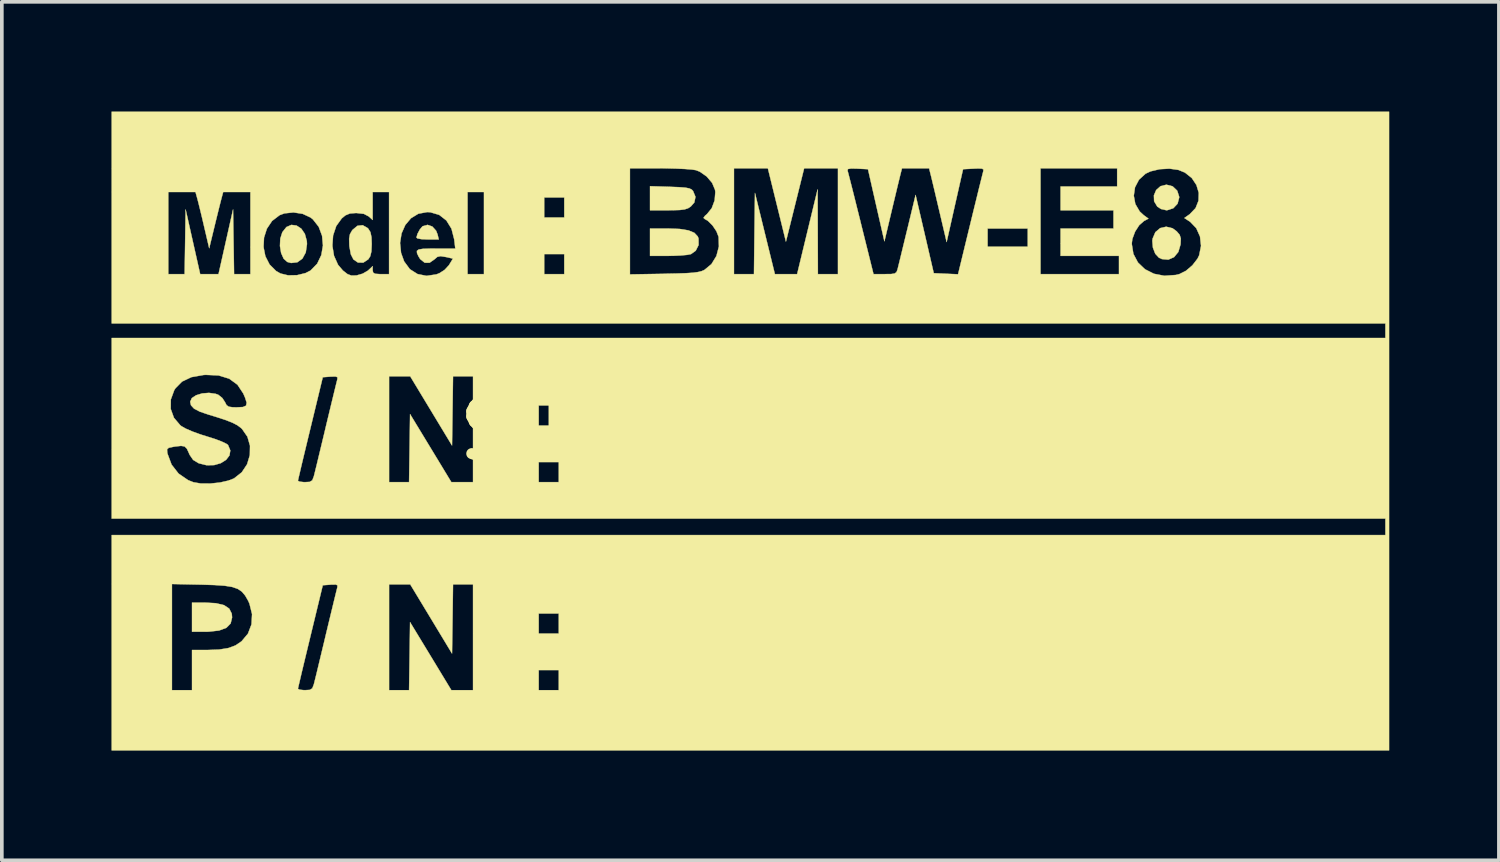
<source format=kicad_pcb>
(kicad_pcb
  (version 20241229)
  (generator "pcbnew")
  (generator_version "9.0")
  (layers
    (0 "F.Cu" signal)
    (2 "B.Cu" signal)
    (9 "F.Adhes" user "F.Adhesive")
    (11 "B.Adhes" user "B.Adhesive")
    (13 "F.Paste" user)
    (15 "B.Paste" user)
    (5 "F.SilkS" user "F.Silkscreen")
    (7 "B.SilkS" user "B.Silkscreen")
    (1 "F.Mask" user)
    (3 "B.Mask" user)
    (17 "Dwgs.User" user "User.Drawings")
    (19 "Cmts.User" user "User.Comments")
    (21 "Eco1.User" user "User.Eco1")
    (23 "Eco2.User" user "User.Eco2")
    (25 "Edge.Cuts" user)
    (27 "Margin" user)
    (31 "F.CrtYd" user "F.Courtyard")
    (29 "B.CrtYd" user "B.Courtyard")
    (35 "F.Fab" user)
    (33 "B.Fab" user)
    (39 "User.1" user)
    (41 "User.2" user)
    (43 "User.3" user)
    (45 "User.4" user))
  (footprint "SILK_BMW-E8"
    (layer "F.Cu")
    (at 17.471 8.738)
    (property "Reference" "SILK_BMW-E8" (at 0 0 0) (layer "F.SilkS") (effects (font (size 1.524 1.524) (thickness 0.3))))
    (attr through_hole)
    (fp_poly (pts (xy -14.618 4.708) (xy -14.395 4.761) (xy -14.253 4.856) (xy -14.183 4.994) (xy -14.174 5.099) (xy -14.214 5.263) (xy -14.331 5.381) (xy -14.53 5.455) (xy -14.815 5.487) (xy -14.924 5.489) (xy -15.27 5.489) (xy -15.27 4.691) (xy -14.928 4.691) (xy -14.618 4.708)) (stroke (width 0.01) (type solid)) (fill yes) (layer "F.SilkS"))
    (fp_poly (pts (xy -8.698 -5.593) (xy -8.595 -5.479) (xy -8.555 -5.377) (xy -8.522 -5.24) (xy -8.827 -5.24) (xy -9.001 -5.248) (xy -9.108 -5.27) (xy -9.132 -5.293) (xy -9.103 -5.394) (xy -9.038 -5.515) (xy -8.966 -5.599) (xy -8.962 -5.601) (xy -8.829 -5.639) (xy -8.698 -5.593)) (stroke (width 0.01) (type solid)) (fill yes) (layer "F.SilkS"))
    (fp_poly (pts (xy -1.938 -5.527) (xy -1.695 -5.488) (xy -1.532 -5.421) (xy -1.439 -5.321) (xy -1.418 -5.264) (xy -1.417 -5.087) (xy -1.494 -4.933) (xy -1.624 -4.839) (xy -1.729 -4.818) (xy -1.904 -4.802) (xy -2.121 -4.792) (xy -2.249 -4.791) (xy -2.745 -4.791) (xy -2.745 -5.539) (xy -2.269 -5.539) (xy -1.938 -5.527)) (stroke (width 0.01) (type solid)) (fill yes) (layer "F.SilkS"))
    (fp_poly (pts (xy 11.548 -6.692) (xy 11.672 -6.574) (xy 11.726 -6.408) (xy 11.727 -6.387) (xy 11.682 -6.217) (xy 11.565 -6.093) (xy 11.398 -6.039) (xy 11.378 -6.038) (xy 11.231 -6.072) (xy 11.128 -6.138) (xy 11.041 -6.284) (xy 11.035 -6.444) (xy 11.097 -6.591) (xy 11.217 -6.697) (xy 11.378 -6.737) (xy 11.548 -6.692)) (stroke (width 0.01) (type solid)) (fill yes) (layer "F.SilkS"))
    (fp_poly (pts (xy -2.192 -6.679) (xy -1.943 -6.669) (xy -1.776 -6.656) (xy -1.669 -6.635) (xy -1.605 -6.604) (xy -1.568 -6.565) (xy -1.502 -6.405) (xy -1.533 -6.251) (xy -1.629 -6.142) (xy -1.704 -6.093) (xy -1.797 -6.062) (xy -1.93 -6.045) (xy -2.127 -6.039) (xy -2.252 -6.038) (xy -2.745 -6.038) (xy -2.745 -6.696) (xy -2.192 -6.679)) (stroke (width 0.01) (type solid)) (fill yes) (layer "F.SilkS"))
    (fp_poly (pts (xy -12.412 -5.62) (xy -12.283 -5.536) (xy -12.184 -5.392) (xy -12.131 -5.198) (xy -12.126 -5.115) (xy -12.159 -4.886) (xy -12.251 -4.716) (xy -12.389 -4.616) (xy -12.56 -4.596) (xy -12.664 -4.624) (xy -12.764 -4.714) (xy -12.833 -4.869) (xy -12.865 -5.062) (xy -12.856 -5.261) (xy -12.8 -5.438) (xy -12.687 -5.58) (xy -12.552 -5.638) (xy -12.412 -5.62)) (stroke (width 0.01) (type solid)) (fill yes) (layer "F.SilkS"))
    (fp_poly (pts (xy 11.544 -5.546) (xy 11.66 -5.46) (xy 11.74 -5.365) (xy 11.771 -5.265) (xy 11.765 -5.116) (xy 11.763 -5.101) (xy 11.703 -4.898) (xy 11.586 -4.756) (xy 11.43 -4.688) (xy 11.254 -4.703) (xy 11.172 -4.741) (xy 11.072 -4.849) (xy 11.008 -5.016) (xy 10.992 -5.203) (xy 11 -5.262) (xy 11.075 -5.439) (xy 11.207 -5.55) (xy 11.371 -5.588) (xy 11.544 -5.546)) (stroke (width 0.01) (type solid)) (fill yes) (layer "F.SilkS"))
    (fp_poly (pts (xy -10.465 -5.55) (xy -10.45 -5.534) (xy -10.391 -5.439) (xy -10.362 -5.301) (xy -10.355 -5.115) (xy -10.364 -4.913) (xy -10.396 -4.78) (xy -10.45 -4.696) (xy -10.586 -4.606) (xy -10.733 -4.609) (xy -10.855 -4.693) (xy -10.926 -4.832) (xy -10.966 -5.051) (xy -10.968 -5.079) (xy -10.973 -5.26) (xy -10.951 -5.382) (xy -10.894 -5.483) (xy -10.88 -5.502) (xy -10.746 -5.613) (xy -10.602 -5.629) (xy -10.465 -5.55)) (stroke (width 0.01) (type solid)) (fill yes) (layer "F.SilkS"))
    (fp_poly (pts (xy 17.466 8.733) (xy -17.466 8.733) (xy -17.466 7.086) (xy -15.819 7.086) (xy -15.27 7.086) (xy -15.27 7.049) (xy -12.373 7.049) (xy -12.331 7.072) (xy -12.221 7.085) (xy -12.178 7.086) (xy -12.048 7.078) (xy -11.981 7.037) (xy -11.94 6.933) (xy -11.931 6.899) (xy -11.906 6.798) (xy -11.861 6.616) (xy -11.802 6.37) (xy -11.731 6.075) (xy -11.652 5.747) (xy -11.603 5.539) (xy -11.523 5.207) (xy -11.45 4.904) (xy -11.387 4.644) (xy -11.338 4.443) (xy -11.306 4.314) (xy -11.296 4.276) (xy -11.292 4.22) (xy -11.339 4.198) (xy -11.459 4.2) (xy -11.481 4.201) (xy -11.694 4.217) (xy -12.032 5.614) (xy -12.119 5.973) (xy -12.198 6.301) (xy -12.266 6.584) (xy -12.319 6.811) (xy -12.356 6.968) (xy -12.373 7.044) (xy -12.373 7.049) (xy -15.27 7.049) (xy -15.27 5.988) (xy -14.858 5.988) (xy -14.532 5.976) (xy -14.281 5.936) (xy -14.084 5.864) (xy -13.918 5.752) (xy -13.917 5.752) (xy -13.74 5.541) (xy -13.643 5.286) (xy -13.628 5.006) (xy -13.699 4.72) (xy -13.735 4.64) (xy -13.816 4.499) (xy -13.906 4.392) (xy -14.019 4.316) (xy -14.172 4.263) (xy -14.38 4.23) (xy -14.657 4.211) (xy -15.008 4.2) (xy -15.404 4.192) (xy -9.881 4.192) (xy -9.881 7.086) (xy -9.334 7.086) (xy -9.32 6.156) (xy -9.307 5.226) (xy -8.742 6.156) (xy -8.178 7.086) (xy -7.585 7.086) (xy -7.585 6.537) (xy -5.789 6.537) (xy -5.789 7.086) (xy -5.24 7.086) (xy -5.24 6.537) (xy -5.789 6.537) (xy -7.585 6.537) (xy -7.585 4.99) (xy -5.789 4.99) (xy -5.789 5.539) (xy -5.24 5.539) (xy -5.24 4.99) (xy -5.789 4.99) (xy -7.585 4.99) (xy -7.585 4.192) (xy -8.132 4.192) (xy -8.145 5.138) (xy -8.159 6.085) (xy -8.731 5.138) (xy -9.303 4.192) (xy -9.881 4.192) (xy -15.404 4.192) (xy -15.819 4.183) (xy -15.819 7.086) (xy -17.466 7.086) (xy -17.466 2.844) (xy 17.366 2.844) (xy 17.366 2.395) (xy -17.466 2.395) (xy -17.466 0.5) (xy -15.952 0.5) (xy -15.947 0.585) (xy -15.941 0.618) (xy -15.829 0.918) (xy -15.638 1.163) (xy -15.378 1.342) (xy -15.232 1.4) (xy -15.028 1.435) (xy -14.772 1.436) (xy -14.503 1.407) (xy -14.297 1.36) (xy -12.373 1.36) (xy -12.331 1.383) (xy -12.221 1.396) (xy -12.178 1.397) (xy -12.048 1.39) (xy -11.981 1.348) (xy -11.94 1.244) (xy -11.931 1.21) (xy -11.906 1.109) (xy -11.861 0.927) (xy -11.802 0.681) (xy -11.731 0.386) (xy -11.652 0.058) (xy -11.603 -0.15) (xy -11.523 -0.482) (xy -11.45 -0.785) (xy -11.387 -1.045) (xy -11.338 -1.246) (xy -11.306 -1.375) (xy -11.296 -1.413) (xy -11.292 -1.469) (xy -11.339 -1.491) (xy -11.459 -1.489) (xy -11.481 -1.488) (xy -11.694 -1.472) (xy -12.032 -0.075) (xy -12.119 0.284) (xy -12.198 0.612) (xy -12.266 0.895) (xy -12.319 1.122) (xy -12.356 1.279) (xy -12.373 1.355) (xy -12.373 1.36) (xy -14.297 1.36) (xy -14.261 1.352) (xy -14.119 1.294) (xy -13.909 1.128) (xy -13.764 0.909) (xy -13.689 0.66) (xy -13.684 0.401) (xy -13.755 0.154) (xy -13.903 -0.059) (xy -13.929 -0.083) (xy -14.03 -0.159) (xy -14.17 -0.231) (xy -14.365 -0.307) (xy -14.633 -0.394) (xy -14.805 -0.445) (xy -15.053 -0.529) (xy -15.213 -0.612) (xy -15.298 -0.705) (xy -15.32 -0.801) (xy -15.275 -0.901) (xy -15.157 -0.979) (xy -14.992 -1.029) (xy -14.806 -1.044) (xy -14.624 -1.018) (xy -14.552 -0.992) (xy -14.442 -0.904) (xy -14.369 -0.792) (xy -14.326 -0.709) (xy -14.265 -0.666) (xy -14.157 -0.65) (xy -14.041 -0.649) (xy -13.878 -0.657) (xy -13.792 -0.694) (xy -13.775 -0.775) (xy -13.82 -0.917) (xy -13.868 -1.027) (xy -14.026 -1.266) (xy -14.251 -1.431) (xy -14.464 -1.497) (xy -9.881 -1.497) (xy -9.881 1.397) (xy -9.334 1.397) (xy -9.32 0.467) (xy -9.307 -0.463) (xy -8.742 0.467) (xy -8.178 1.397) (xy -7.585 1.397) (xy -7.585 0.848) (xy -5.789 0.848) (xy -5.789 1.397) (xy -5.24 1.397) (xy -5.24 0.848) (xy -5.789 0.848) (xy -7.585 0.848) (xy -7.585 -0.699) (xy -5.789 -0.699) (xy -5.789 -0.15) (xy -5.24 -0.15) (xy -5.24 -0.699) (xy -5.789 -0.699) (xy -7.585 -0.699) (xy -7.585 -1.497) (xy -8.132 -1.497) (xy -8.159 0.396) (xy -9.303 -1.497) (xy -9.881 -1.497) (xy -14.464 -1.497) (xy -14.542 -1.521) (xy -14.899 -1.537) (xy -14.956 -1.533) (xy -15.288 -1.474) (xy -15.544 -1.352) (xy -15.726 -1.166) (xy -15.756 -1.118) (xy -15.85 -0.862) (xy -15.852 -0.604) (xy -15.765 -0.363) (xy -15.592 -0.159) (xy -15.562 -0.135) (xy -15.441 -0.066) (xy -15.253 0.015) (xy -15.025 0.097) (xy -14.871 0.145) (xy -14.646 0.216) (xy -14.458 0.287) (xy -14.329 0.349) (xy -14.285 0.382) (xy -14.223 0.53) (xy -14.246 0.668) (xy -14.338 0.787) (xy -14.482 0.878) (xy -14.665 0.931) (xy -14.869 0.935) (xy -15.079 0.883) (xy -15.088 0.88) (xy -15.239 0.789) (xy -15.335 0.649) (xy -15.356 0.6) (xy -15.41 0.483) (xy -15.472 0.421) (xy -15.57 0.405) (xy -15.732 0.423) (xy -15.784 0.432) (xy -15.906 0.458) (xy -15.952 0.5) (xy -17.466 0.5) (xy -17.466 -2.545) (xy 17.366 -2.545) (xy 17.366 -2.944) (xy -17.466 -2.944) (xy -17.466 -6.537) (xy -15.919 -6.537) (xy -15.919 -4.292) (xy -15.472 -4.292) (xy -15.458 -5.177) (xy -15.445 -6.063) (xy -15.246 -5.177) (xy -15.047 -4.292) (xy -14.545 -4.292) (xy -14.346 -5.177) (xy -14.147 -6.063) (xy -14.134 -5.177) (xy -14.12 -4.292) (xy -13.673 -4.292) (xy -13.673 -5.032) (xy -13.314 -5.032) (xy -13.264 -4.78) (xy -13.149 -4.555) (xy -12.971 -4.377) (xy -12.852 -4.309) (xy -12.642 -4.258) (xy -12.397 -4.263) (xy -12.164 -4.32) (xy -12.028 -4.39) (xy -11.847 -4.576) (xy -11.734 -4.812) (xy -11.69 -5.069) (xy -11.432 -5.069) (xy -11.387 -4.793) (xy -11.277 -4.547) (xy -11.144 -4.39) (xy -11.017 -4.291) (xy -10.911 -4.252) (xy -10.78 -4.255) (xy -10.766 -4.257) (xy -10.603 -4.304) (xy -10.464 -4.384) (xy -10.45 -4.396) (xy -10.33 -4.509) (xy -10.33 -4.4) (xy -10.317 -4.333) (xy -10.263 -4.301) (xy -10.14 -4.292) (xy -10.105 -4.292) (xy -9.881 -4.292) (xy -9.881 -5.144) (xy -9.581 -5.144) (xy -9.553 -4.871) (xy -9.469 -4.639) (xy -9.312 -4.426) (xy -9.102 -4.293) (xy -8.857 -4.244) (xy -8.589 -4.284) (xy -8.589 -4.284) (xy -3.294 -4.284) (xy -2.358 -4.3) (xy -2.016 -4.307) (xy -1.758 -4.317) (xy -1.569 -4.33) (xy -1.434 -4.348) (xy -1.336 -4.372) (xy -1.261 -4.404) (xy -1.258 -4.406) (xy -1.065 -4.565) (xy -0.929 -4.787) (xy -0.861 -5.047) (xy -0.869 -5.311) (xy -0.929 -5.465) (xy -1.036 -5.624) (xy -1.163 -5.75) (xy -1.248 -5.799) (xy -1.282 -5.83) (xy -1.241 -5.887) (xy -1.186 -5.934) (xy -1.057 -6.094) (xy -0.977 -6.308) (xy -0.959 -6.536) (xy -0.967 -6.598) (xy -1.046 -6.786) (xy -1.194 -6.961) (xy -1.381 -7.092) (xy -1.49 -7.135) (xy -1.602 -7.152) (xy -1.792 -7.167) (xy -2.038 -7.178) (xy -2.317 -7.185) (xy -2.483 -7.186) (xy -3.294 -7.186) (xy -0.449 -7.186) (xy -0.449 -4.292) (xy 0.098 -4.292) (xy 0.111 -5.402) (xy 0.125 -6.512) (xy 0.397 -5.402) (xy 0.67 -4.292) (xy 1.278 -4.292) (xy 1.839 -6.612) (xy 1.846 -4.292) (xy 2.395 -4.292) (xy 2.395 -7.132) (xy 2.654 -7.132) (xy 2.656 -7.126) (xy 2.674 -7.062) (xy 2.712 -6.915) (xy 2.768 -6.696) (xy 2.838 -6.419) (xy 2.918 -6.097) (xy 3.007 -5.742) (xy 3.023 -5.676) (xy 3.367 -4.292) (xy 3.678 -4.292) (xy 3.85 -4.294) (xy 3.947 -4.309) (xy 3.996 -4.347) (xy 4.023 -4.417) (xy 4.026 -4.429) (xy 4.048 -4.519) (xy 4.09 -4.689) (xy 4.146 -4.92) (xy 4.213 -5.196) (xy 4.286 -5.497) (xy 4.29 -5.511) (xy 4.518 -6.457) (xy 4.767 -5.387) (xy 5.015 -4.317) (xy 5.347 -4.302) (xy 5.679 -4.287) (xy 5.983 -5.539) (xy 6.487 -5.539) (xy 6.487 -5.04) (xy 7.585 -5.04) (xy 7.585 -5.539) (xy 6.487 -5.539) (xy 5.983 -5.539) (xy 6.01 -5.649) (xy 6.097 -6.007) (xy 6.178 -6.336) (xy 6.248 -6.623) (xy 6.306 -6.855) (xy 6.346 -7.017) (xy 6.367 -7.098) (xy 6.368 -7.101) (xy 6.374 -7.151) (xy 6.336 -7.176) (xy 6.235 -7.181) (xy 6.106 -7.176) (xy 5.816 -7.161) (xy 5.591 -6.165) (xy 5.367 -5.169) (xy 5.174 -5.99) (xy 5.106 -6.278) (xy 5.043 -6.546) (xy 4.989 -6.772) (xy 4.95 -6.935) (xy 4.934 -6.999) (xy 4.887 -7.186) (xy 7.934 -7.186) (xy 7.934 -4.292) (xy 10.08 -4.292) (xy 10.08 -4.791) (xy 8.483 -4.791) (xy 8.483 -5.124) (xy 10.429 -5.124) (xy 10.474 -4.845) (xy 10.599 -4.609) (xy 10.791 -4.425) (xy 11.036 -4.301) (xy 11.321 -4.246) (xy 11.633 -4.268) (xy 11.729 -4.291) (xy 11.91 -4.381) (xy 12.088 -4.533) (xy 12.228 -4.714) (xy 12.273 -4.806) (xy 12.324 -5.064) (xy 12.296 -5.32) (xy 12.194 -5.548) (xy 12.026 -5.723) (xy 12.01 -5.733) (xy 11.868 -5.826) (xy 12.016 -5.931) (xy 12.175 -6.097) (xy 12.255 -6.299) (xy 12.262 -6.516) (xy 12.198 -6.729) (xy 12.071 -6.92) (xy 11.885 -7.068) (xy 11.704 -7.142) (xy 11.459 -7.176) (xy 11.191 -7.161) (xy 10.944 -7.102) (xy 10.808 -7.039) (xy 10.627 -6.874) (xy 10.518 -6.666) (xy 10.485 -6.436) (xy 10.527 -6.209) (xy 10.646 -6.006) (xy 10.756 -5.904) (xy 10.886 -5.809) (xy 10.764 -5.744) (xy 10.633 -5.629) (xy 10.52 -5.453) (xy 10.446 -5.254) (xy 10.429 -5.124) (xy 8.483 -5.124) (xy 8.483 -5.539) (xy 9.93 -5.539) (xy 9.93 -6.038) (xy 8.483 -6.038) (xy 8.483 -6.687) (xy 10.03 -6.687) (xy 10.03 -7.186) (xy 7.934 -7.186) (xy 4.887 -7.186) (xy 4.146 -7.186) (xy 4.098 -6.999) (xy 4.071 -6.887) (xy 4.025 -6.699) (xy 3.967 -6.457) (xy 3.901 -6.181) (xy 3.858 -6) (xy 3.665 -5.188) (xy 3.44 -6.175) (xy 3.216 -7.161) (xy 2.924 -7.176) (xy 2.756 -7.18) (xy 2.671 -7.166) (xy 2.654 -7.132) (xy 2.395 -7.132) (xy 2.395 -7.186) (xy 1.47 -7.186) (xy 1.221 -6.183) (xy 0.972 -5.18) (xy 0.725 -6.183) (xy 0.478 -7.186) (xy -0.449 -7.186) (xy -3.294 -7.186) (xy -3.294 -4.284) (xy -8.589 -4.284) (xy -8.508 -4.314) (xy -8.363 -4.407) (xy -8.242 -4.538) (xy -8.235 -4.551) (xy -8.134 -4.716) (xy -8.335 -4.761) (xy -8.474 -4.783) (xy -8.562 -4.763) (xy -8.637 -4.698) (xy -8.774 -4.602) (xy -8.908 -4.604) (xy -9.029 -4.702) (xy -9.075 -4.775) (xy -9.117 -4.866) (xy -9.12 -4.927) (xy -9.071 -4.964) (xy -8.958 -4.983) (xy -8.766 -4.989) (xy -8.601 -4.99) (xy -8.07 -4.99) (xy -8.1 -5.243) (xy -8.174 -5.533) (xy -8.313 -5.758) (xy -8.51 -5.912) (xy -8.755 -5.984) (xy -8.841 -5.988) (xy -9.081 -5.943) (xy -9.282 -5.82) (xy -9.438 -5.635) (xy -9.54 -5.404) (xy -9.581 -5.144) (xy -9.881 -5.144) (xy -9.881 -6.537) (xy -7.735 -6.537) (xy -7.735 -4.292) (xy -7.286 -4.292) (xy -7.286 -4.84) (xy -5.639 -4.84) (xy -5.639 -4.292) (xy -5.09 -4.292) (xy -5.09 -4.84) (xy -5.639 -4.84) (xy -7.286 -4.84) (xy -7.286 -6.387) (xy -5.639 -6.387) (xy -5.639 -5.839) (xy -5.09 -5.839) (xy -5.09 -6.387) (xy -5.639 -6.387) (xy -7.286 -6.387) (xy -7.286 -6.537) (xy -7.735 -6.537) (xy -9.881 -6.537) (xy -10.33 -6.537) (xy -10.33 -5.773) (xy -10.435 -5.868) (xy -10.571 -5.94) (xy -10.778 -5.963) (xy -10.781 -5.963) (xy -10.952 -5.95) (xy -11.075 -5.899) (xy -11.175 -5.816) (xy -11.326 -5.607) (xy -11.412 -5.349) (xy -11.432 -5.069) (xy -11.69 -5.069) (xy -11.689 -5.074) (xy -11.713 -5.34) (xy -11.805 -5.586) (xy -11.965 -5.79) (xy -12.028 -5.84) (xy -12.243 -5.94) (xy -12.495 -5.979) (xy -12.743 -5.953) (xy -12.874 -5.904) (xy -13.081 -5.746) (xy -13.223 -5.534) (xy -13.301 -5.29) (xy -13.314 -5.032) (xy -13.673 -5.032) (xy -13.673 -6.537) (xy -14.418 -6.537) (xy -14.468 -6.35) (xy -14.5 -6.226) (xy -14.548 -6.034) (xy -14.606 -5.799) (xy -14.659 -5.581) (xy -14.8 -4.999) (xy -14.936 -5.581) (xy -14.994 -5.829) (xy -15.05 -6.06) (xy -15.096 -6.246) (xy -15.123 -6.35) (xy -15.175 -6.537) (xy -15.919 -6.537) (xy -17.466 -6.537) (xy -17.466 -8.733) (xy 17.466 -8.733) (xy 17.466 8.733)) (stroke (width 0.01) (type solid)) (fill yes) (layer "F.SilkS")))
  (gr_rect
    (start -3 -3)
    (end 37.941 20.476)
    (stroke (width 0.1) (type default))
    (fill no)
    (layer "Edge.Cuts")))
</source>
